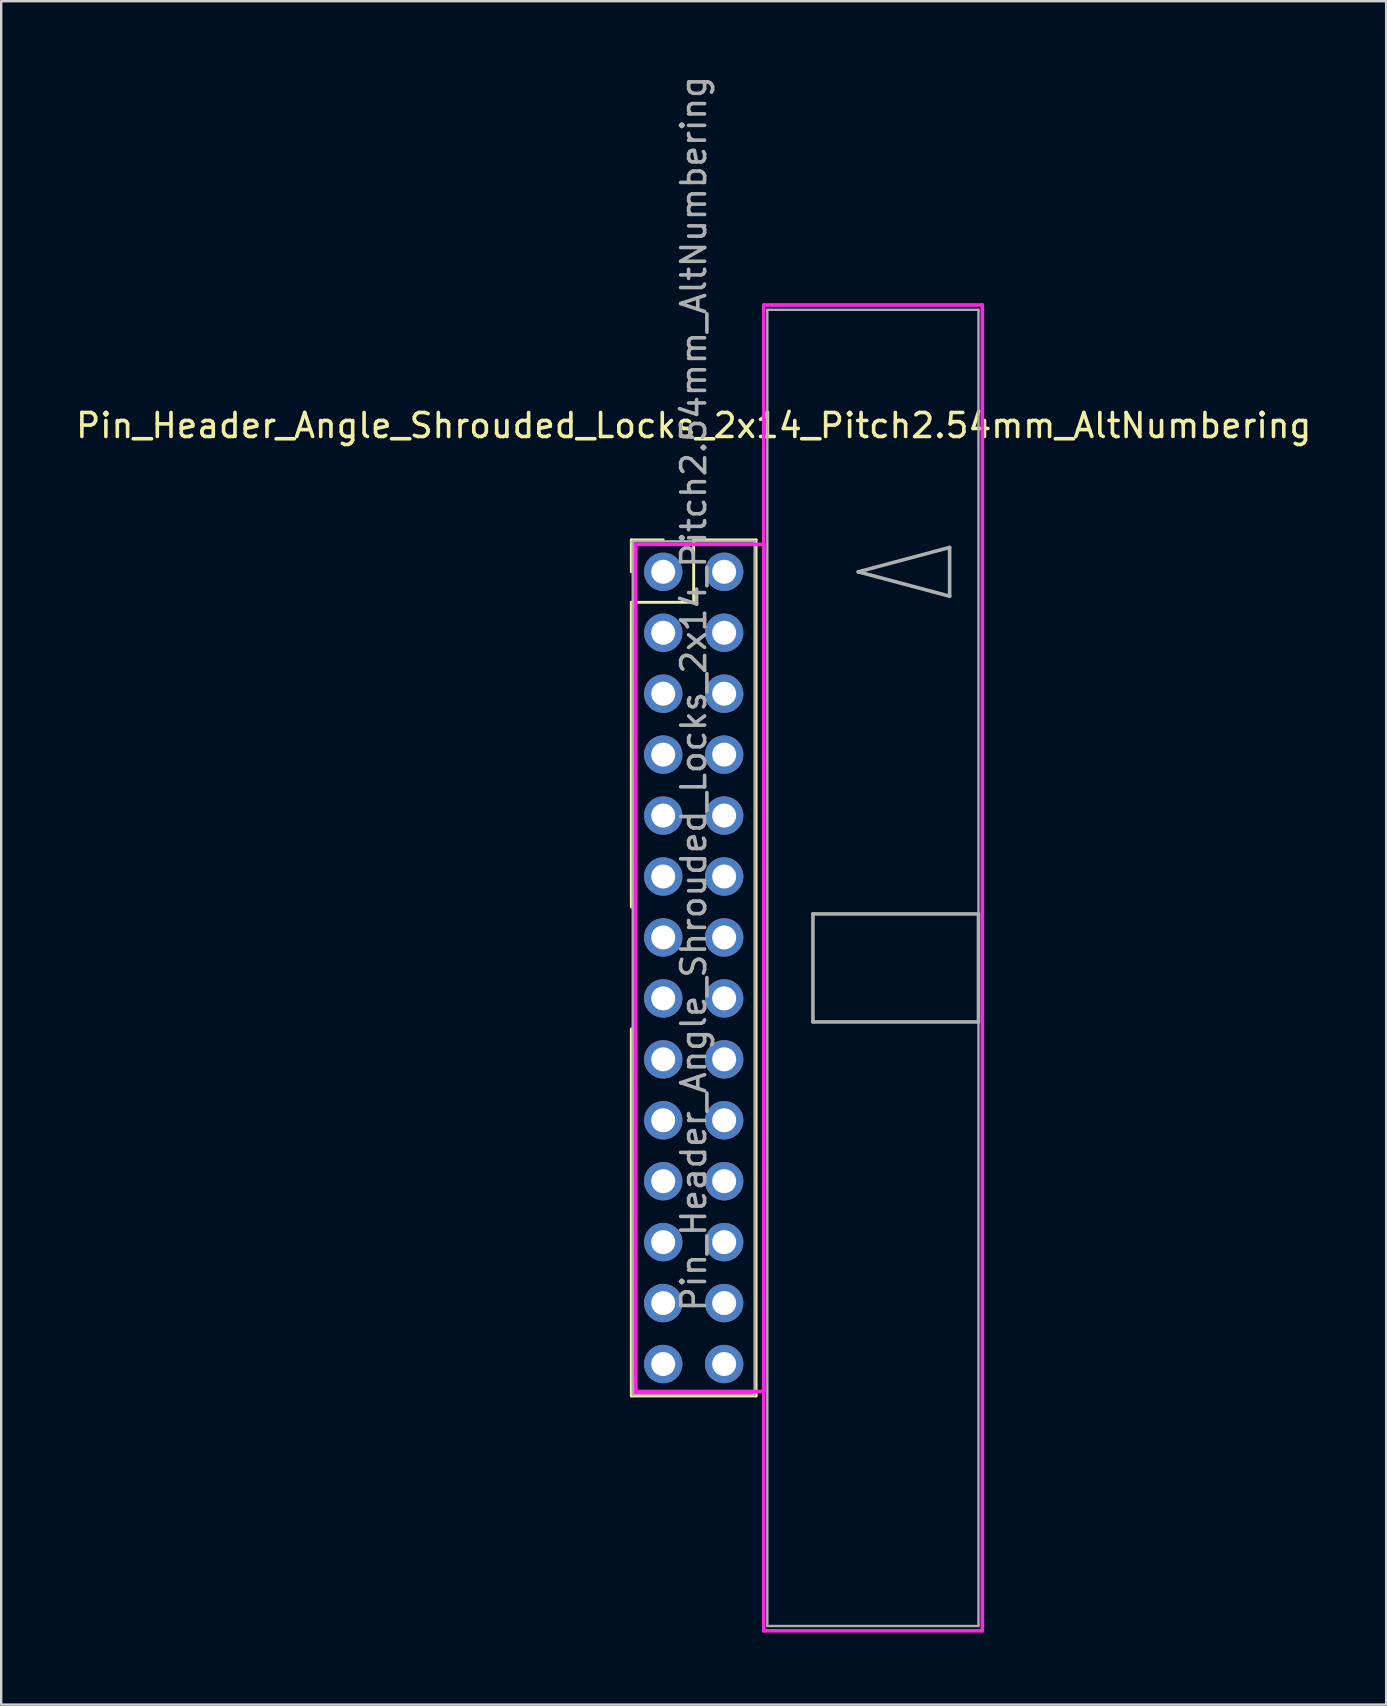
<source format=kicad_pcb>
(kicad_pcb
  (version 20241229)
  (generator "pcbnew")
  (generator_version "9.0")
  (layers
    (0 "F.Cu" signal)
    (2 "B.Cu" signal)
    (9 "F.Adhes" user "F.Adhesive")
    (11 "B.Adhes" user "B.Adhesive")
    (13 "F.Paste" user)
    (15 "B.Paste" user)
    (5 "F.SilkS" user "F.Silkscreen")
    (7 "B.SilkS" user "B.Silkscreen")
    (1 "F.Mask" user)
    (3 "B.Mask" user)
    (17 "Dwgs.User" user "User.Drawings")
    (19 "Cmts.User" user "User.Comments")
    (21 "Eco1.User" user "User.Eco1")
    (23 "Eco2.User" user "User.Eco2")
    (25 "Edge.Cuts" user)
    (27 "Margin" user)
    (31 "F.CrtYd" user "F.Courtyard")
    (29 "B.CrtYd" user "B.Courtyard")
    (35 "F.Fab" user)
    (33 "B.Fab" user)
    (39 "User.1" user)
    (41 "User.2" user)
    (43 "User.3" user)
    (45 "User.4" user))
  (footprint "Pin_Header_Angle_Shrouded_Locks_2x14_Pitch2.54mm_AltNumbering"
    (layer "F.Cu")
    (at 24.593 20.783)
    (property "Reference" "Pin_Header_Angle_Shrouded_Locks_2x14_Pitch2.54mm_AltNumbering" (at 1.27 -6.096 0) (layer "F.SilkS") (effects (font (size 1 1) (thickness 0.15))))
    (attr through_hole)
    (fp_line (start -1.33 -1.33) (end 0 -1.33) (stroke (width 0.12) (type solid)) (layer "F.SilkS"))
    (fp_line (start -1.33 0) (end -1.33 -1.33) (stroke (width 0.12) (type solid)) (layer "F.SilkS"))
    (fp_line (start -1.33 1.27) (end -1.33 13.97) (stroke (width 0.12) (type solid)) (layer "F.SilkS"))
    (fp_line (start -1.33 1.27) (end 1.27 1.27) (stroke (width 0.12) (type solid)) (layer "F.SilkS"))
    (fp_line (start -1.33 19.05) (end -1.33 34.35) (stroke (width 0.12) (type solid)) (layer "F.SilkS"))
    (fp_line (start -1.33 34.35) (end 3.87 34.35) (stroke (width 0.12) (type solid)) (layer "F.SilkS"))
    (fp_line (start 1.27 -1.33) (end 3.87 -1.33) (stroke (width 0.12) (type solid)) (layer "F.SilkS"))
    (fp_line (start 1.27 1.27) (end 1.27 -1.33) (stroke (width 0.12) (type solid)) (layer "F.SilkS"))
    (fp_line (start 3.87 -1.33) (end 3.87 34.35) (stroke (width 0.12) (type solid)) (layer "F.SilkS"))
    (fp_line (start -1.143 -1.143) (end -1.143 34.163) (stroke (width 0.15) (type solid)) (layer "F.CrtYd"))
    (fp_line (start -1.143 34.163) (end 4.19 34.163) (stroke (width 0.15) (type solid)) (layer "F.CrtYd"))
    (fp_line (start 4.19 -11.12) (end 4.19 44.14) (stroke (width 0.15) (type solid)) (layer "F.CrtYd"))
    (fp_line (start 4.19 -1.143) (end -1.143 -1.143) (stroke (width 0.15) (type solid)) (layer "F.CrtYd"))
    (fp_line (start 4.19 34.163) (end 4.19 -1.143) (stroke (width 0.15) (type solid)) (layer "F.CrtYd"))
    (fp_line (start 4.19 44.14) (end 13.3 44.14) (stroke (width 0.15) (type solid)) (layer "F.CrtYd"))
    (fp_line (start 13.3 -11.12) (end 4.19 -11.12) (stroke (width 0.15) (type solid)) (layer "F.CrtYd"))
    (fp_line (start 13.3 44.14) (end 13.3 -11.12) (stroke (width 0.15) (type solid)) (layer "F.CrtYd"))
    (fp_line (start -1.27 -1.27) (end -1.27 34.29) (stroke (width 0.1) (type solid)) (layer "F.Fab"))
    (fp_line (start -1.27 34.29) (end 3.81 34.29) (stroke (width 0.1) (type solid)) (layer "F.Fab"))
    (fp_line (start 3.81 -1.27) (end -1.27 -1.27) (stroke (width 0.1) (type solid)) (layer "F.Fab"))
    (fp_line (start 3.81 34.29) (end 3.81 -1.27) (stroke (width 0.1) (type solid)) (layer "F.Fab"))
    (fp_line (start 4.34 -10.92) (end 4.34 43.94) (stroke (width 0.1) (type solid)) (layer "F.Fab"))
    (fp_line (start 4.34 43.94) (end 13.14 43.94) (stroke (width 0.1) (type solid)) (layer "F.Fab"))
    (fp_line (start 6.24 14.26) (end 6.24 18.76) (stroke (width 0.15) (type solid)) (layer "F.Fab"))
    (fp_line (start 6.24 18.76) (end 13.14 18.76) (stroke (width 0.15) (type solid)) (layer "F.Fab"))
    (fp_line (start 8.128 0) (end 11.938 -1.016) (stroke (width 0.15) (type solid)) (layer "F.Fab"))
    (fp_line (start 11.938 -1.016) (end 11.938 1.016) (stroke (width 0.15) (type solid)) (layer "F.Fab"))
    (fp_line (start 11.938 1.016) (end 8.128 0) (stroke (width 0.15) (type solid)) (layer "F.Fab"))
    (fp_line (start 13.14 -10.92) (end 4.34 -10.92) (stroke (width 0.1) (type solid)) (layer "F.Fab"))
    (fp_line (start 13.14 14.26) (end 6.24 14.26) (stroke (width 0.15) (type solid)) (layer "F.Fab"))
    (fp_line (start 13.14 18.76) (end 13.14 14.26) (stroke (width 0.15) (type solid)) (layer "F.Fab"))
    (fp_line (start 13.14 43.94) (end 13.14 -10.92) (stroke (width 0.1) (type solid)) (layer "F.Fab"))
    (fp_text user "${REFERENCE}" (at 1.27 5.08 90) (layer "F.Fab") (effects (font (size 1 1) (thickness 0.15))))
    (pad "1" thru_hole oval (at 0 0) (size 1.6 1.6) (drill 1) (layers "*.Cu" "*.Mask"))
    (pad "2" thru_hole oval (at 0 2.54) (size 1.6 1.6) (drill 1) (layers "*.Cu" "*.Mask"))
    (pad "3" thru_hole oval (at 0 5.08) (size 1.6 1.6) (drill 1) (layers "*.Cu" "*.Mask"))
    (pad "4" thru_hole oval (at 0 7.62) (size 1.6 1.6) (drill 1) (layers "*.Cu" "*.Mask"))
    (pad "5" thru_hole oval (at 0 10.16) (size 1.6 1.6) (drill 1) (layers "*.Cu" "*.Mask"))
    (pad "6" thru_hole oval (at 0 12.7) (size 1.6 1.6) (drill 1) (layers "*.Cu" "*.Mask"))
    (pad "7" thru_hole oval (at 0 15.24) (size 1.6 1.6) (drill 1) (layers "*.Cu" "*.Mask"))
    (pad "8" thru_hole oval (at 0 17.78) (size 1.6 1.6) (drill 1) (layers "*.Cu" "*.Mask"))
    (pad "9" thru_hole oval (at 0 20.32) (size 1.6 1.6) (drill 1) (layers "*.Cu" "*.Mask"))
    (pad "10" thru_hole oval (at 0 22.86) (size 1.6 1.6) (drill 1) (layers "*.Cu" "*.Mask"))
    (pad "11" thru_hole oval (at 0 25.4) (size 1.6 1.6) (drill 1) (layers "*.Cu" "*.Mask"))
    (pad "12" thru_hole oval (at 0 27.94) (size 1.6 1.6) (drill 1) (layers "*.Cu" "*.Mask"))
    (pad "13" thru_hole oval (at 0 30.48) (size 1.6 1.6) (drill 1) (layers "*.Cu" "*.Mask"))
    (pad "14" thru_hole oval (at 0 33.02) (size 1.6 1.6) (drill 1) (layers "*.Cu" "*.Mask"))
    (pad "15" thru_hole oval (at 2.54 0) (size 1.6 1.6) (drill 1) (layers "*.Cu" "*.Mask"))
    (pad "16" thru_hole oval (at 2.54 2.54) (size 1.6 1.6) (drill 1) (layers "*.Cu" "*.Mask"))
    (pad "17" thru_hole oval (at 2.54 5.08) (size 1.6 1.6) (drill 1) (layers "*.Cu" "*.Mask"))
    (pad "18" thru_hole oval (at 2.54 7.62) (size 1.6 1.6) (drill 1) (layers "*.Cu" "*.Mask"))
    (pad "19" thru_hole oval (at 2.54 10.16) (size 1.6 1.6) (drill 1) (layers "*.Cu" "*.Mask"))
    (pad "20" thru_hole oval (at 2.54 12.7) (size 1.6 1.6) (drill 1) (layers "*.Cu" "*.Mask"))
    (pad "21" thru_hole oval (at 2.54 15.24) (size 1.6 1.6) (drill 1) (layers "*.Cu" "*.Mask"))
    (pad "22" thru_hole oval (at 2.54 17.78) (size 1.6 1.6) (drill 1) (layers "*.Cu" "*.Mask"))
    (pad "23" thru_hole oval (at 2.54 20.32) (size 1.6 1.6) (drill 1) (layers "*.Cu" "*.Mask"))
    (pad "24" thru_hole oval (at 2.54 22.86) (size 1.6 1.6) (drill 1) (layers "*.Cu" "*.Mask"))
    (pad "25" thru_hole oval (at 2.54 25.4) (size 1.6 1.6) (drill 1) (layers "*.Cu" "*.Mask"))
    (pad "26" thru_hole oval (at 2.54 27.94) (size 1.6 1.6) (drill 1) (layers "*.Cu" "*.Mask"))
    (pad "27" thru_hole oval (at 2.54 30.48) (size 1.6 1.6) (drill 1) (layers "*.Cu" "*.Mask"))
    (pad "28" thru_hole oval (at 2.54 33.02) (size 1.6 1.6) (drill 1) (layers "*.Cu" "*.Mask")))
  (gr_rect
    (start -3 -3)
    (end 54.726 67.998)
    (stroke (width 0.1) (type default))
    (fill no)
    (layer "Edge.Cuts")))
</source>
